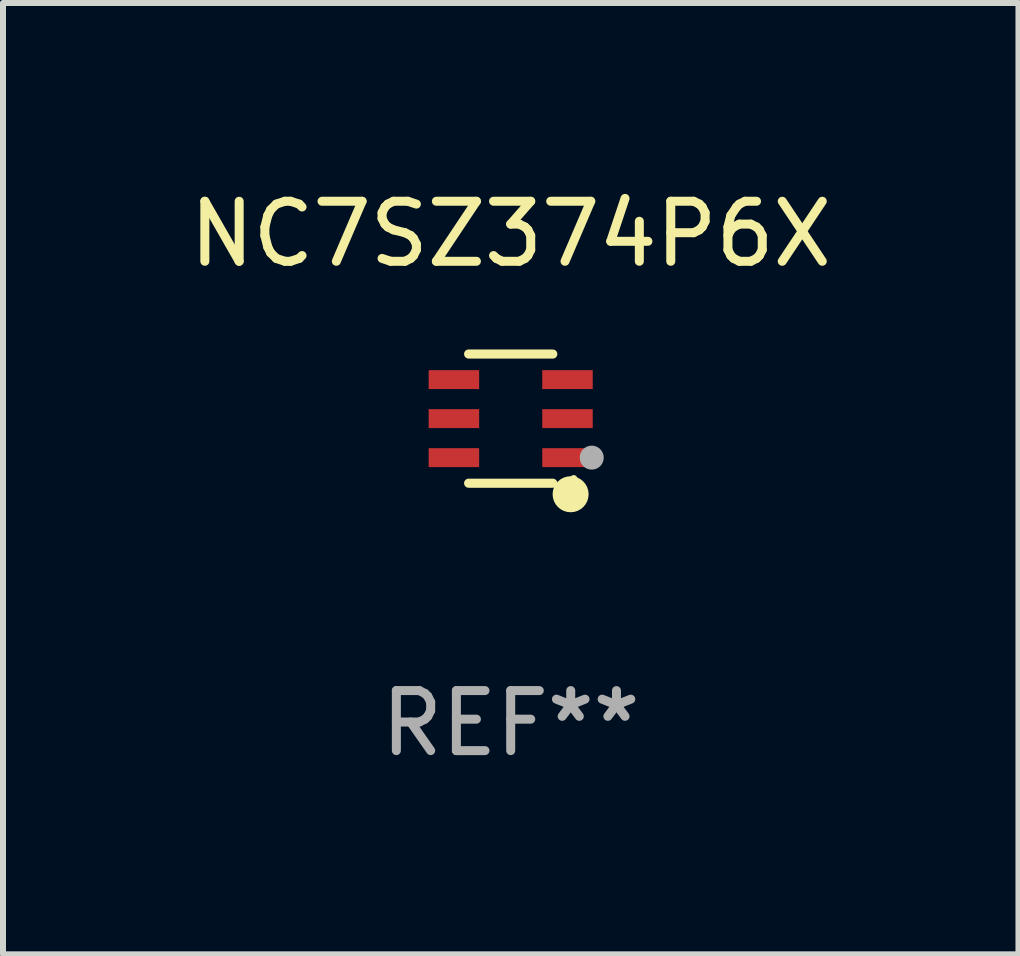
<source format=kicad_pcb>
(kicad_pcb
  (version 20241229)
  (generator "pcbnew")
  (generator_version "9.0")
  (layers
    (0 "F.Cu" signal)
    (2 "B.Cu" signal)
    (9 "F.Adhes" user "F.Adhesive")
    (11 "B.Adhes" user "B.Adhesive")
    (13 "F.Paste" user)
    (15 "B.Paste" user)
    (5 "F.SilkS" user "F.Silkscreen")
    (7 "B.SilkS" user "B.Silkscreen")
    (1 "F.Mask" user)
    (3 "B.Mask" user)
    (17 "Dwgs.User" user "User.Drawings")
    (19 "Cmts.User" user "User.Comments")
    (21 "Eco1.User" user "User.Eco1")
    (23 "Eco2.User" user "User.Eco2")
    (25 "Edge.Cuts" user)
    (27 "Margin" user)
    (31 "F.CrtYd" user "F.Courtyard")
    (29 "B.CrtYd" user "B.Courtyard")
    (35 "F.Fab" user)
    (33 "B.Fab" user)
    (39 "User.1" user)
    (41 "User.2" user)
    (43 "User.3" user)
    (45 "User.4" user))
  (footprint "NC7SZ374P6X"
    (layer "F.Cu")
    (at 5.458 3.924)
    (property "Reference" "NC7SZ374P6X" (at 0 -3.076 0) (layer "F.SilkS") (effects (font (size 1 1) (thickness 0.15))))
    (attr through_hole)
    (fp_line (start 0.701 -1.076) (end -0.701 -1.076) (stroke (width 0.152) (type solid)) (layer "F.SilkS"))
    (fp_line (start 0.701 1.076) (end -0.701 1.076) (stroke (width 0.152) (type solid)) (layer "F.SilkS"))
    (fp_circle (center 0.998 1.26) (end 1.148 1.26) (stroke (width 0.3) (type solid)) (fill no) (layer "F.SilkS"))
    (fp_circle (center 1.05 1) (end 1.08 1) (stroke (width 0.06) (type solid)) (fill no) (layer "F.SilkS"))
    (fp_circle (center 1.35 0.65) (end 1.45 0.65) (stroke (width 0.2) (type solid)) (fill no) (layer "F.Fab"))
    (fp_text user "REF**" (at 0 5.076 0) (layer "F.Fab") (effects (font (size 1 1) (thickness 0.15))))
    (pad "1" smd rect (at 0.946 0.65) (size 0.841 0.315) (layers "F.Cu" "F.Mask" "F.Paste"))
    (pad "2" smd rect (at 0.946 0) (size 0.841 0.315) (layers "F.Cu" "F.Mask" "F.Paste"))
    (pad "3" smd rect (at 0.946 -0.65) (size 0.841 0.315) (layers "F.Cu" "F.Mask" "F.Paste"))
    (pad "4" smd rect (at -0.946 -0.65) (size 0.841 0.315) (layers "F.Cu" "F.Mask" "F.Paste"))
    (pad "5" smd rect (at -0.946 0) (size 0.841 0.315) (layers "F.Cu" "F.Mask" "F.Paste"))
    (pad "6" smd rect (at -0.946 0.65) (size 0.841 0.315) (layers "F.Cu" "F.Mask" "F.Paste")))
  (gr_rect
    (start -3 -3)
    (end 13.917 12.849)
    (stroke (width 0.1) (type default))
    (fill no)
    (layer "Edge.Cuts")))
</source>
